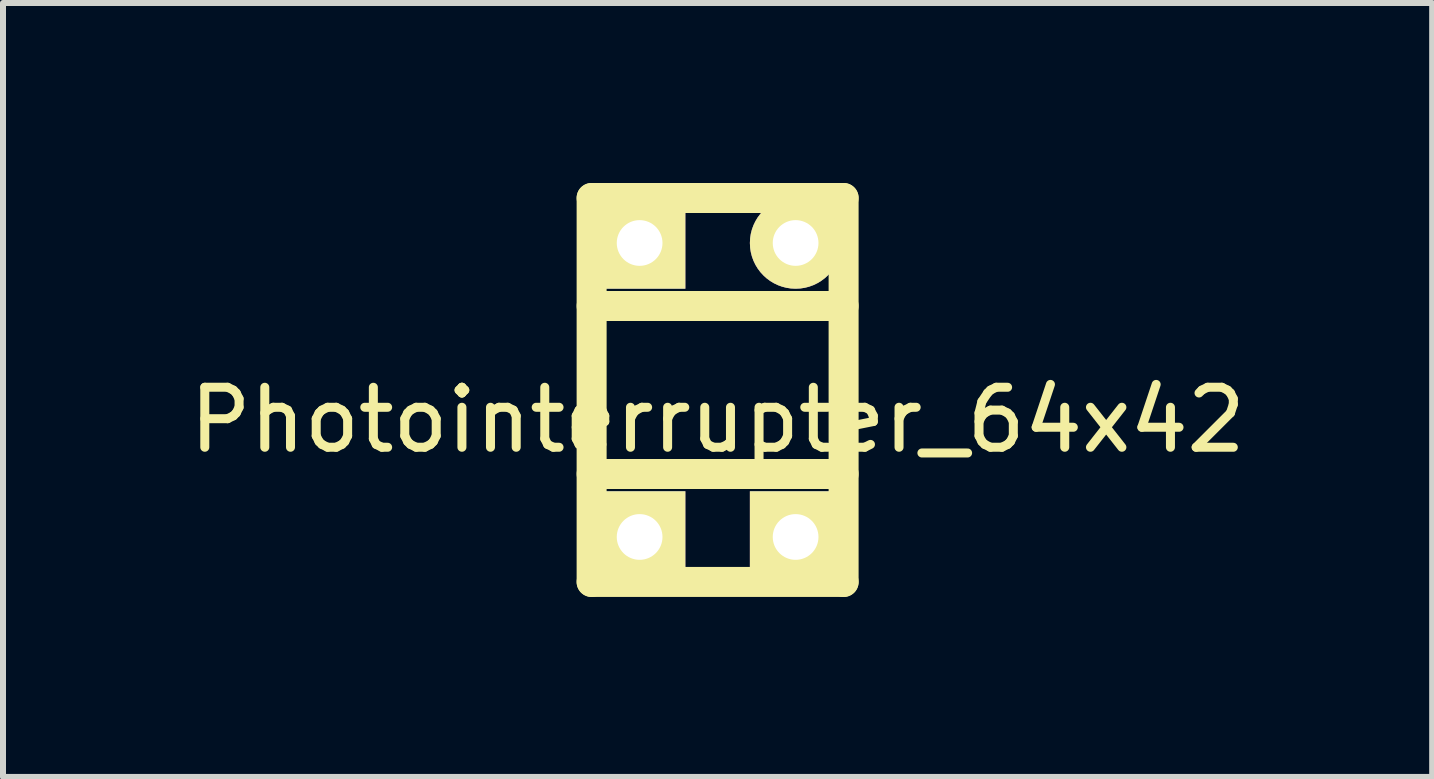
<source format=kicad_pcb>
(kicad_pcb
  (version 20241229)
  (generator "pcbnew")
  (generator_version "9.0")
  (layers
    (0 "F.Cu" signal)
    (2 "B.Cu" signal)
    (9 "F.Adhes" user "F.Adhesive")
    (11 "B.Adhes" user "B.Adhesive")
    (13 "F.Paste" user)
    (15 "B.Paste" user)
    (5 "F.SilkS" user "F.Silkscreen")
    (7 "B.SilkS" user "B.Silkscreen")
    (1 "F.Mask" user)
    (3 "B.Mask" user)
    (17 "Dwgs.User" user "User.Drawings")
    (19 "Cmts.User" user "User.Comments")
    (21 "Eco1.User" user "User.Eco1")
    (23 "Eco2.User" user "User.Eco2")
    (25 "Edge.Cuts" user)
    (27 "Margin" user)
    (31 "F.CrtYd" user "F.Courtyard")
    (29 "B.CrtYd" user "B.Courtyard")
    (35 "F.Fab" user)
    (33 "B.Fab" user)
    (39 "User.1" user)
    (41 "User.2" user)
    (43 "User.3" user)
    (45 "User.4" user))
  (footprint "Photointerrupter_64x42"
    (layer "F.Cu")
    (at 8.911 3.45)
    (property "Reference" "Photointerrupter_64x42" (at 0 0.5 0) (layer "F.SilkS") (effects (font (size 1 1) (thickness 0.15))))
    (attr through_hole)
    (fp_line (start -2.1 -3.2) (end -2.1 3.2) (stroke (width 0.5) (type solid)) (layer "F.SilkS"))
    (fp_line (start -2.1 -1.4) (end 2.1 -1.4) (stroke (width 0.5) (type solid)) (layer "F.SilkS"))
    (fp_line (start -2.1 1.4) (end 2.1 1.4) (stroke (width 0.5) (type solid)) (layer "F.SilkS"))
    (fp_line (start -2.1 3.2) (end 2.1 3.2) (stroke (width 0.5) (type solid)) (layer "F.SilkS"))
    (fp_line (start 2.1 -3.2) (end -2.1 -3.2) (stroke (width 0.5) (type solid)) (layer "F.SilkS"))
    (fp_line (start 2.1 3.2) (end 2.1 -3.2) (stroke (width 0.5) (type solid)) (layer "F.SilkS"))
    (pad "1" thru_hole circle (at 1.3 -2.45) (size 1.524 1.524) (drill 0.762) (layers "*.Cu" "*.Mask" "F.SilkS"))
    (pad "2" thru_hole rect (at -1.3 -2.45) (size 1.524 1.524) (drill 0.762) (layers "*.Cu" "*.Mask" "F.SilkS"))
    (pad "3" thru_hole rect (at -1.3 2.45) (size 1.524 1.524) (drill 0.762) (layers "*.Cu" "*.Mask" "F.SilkS"))
    (pad "4" thru_hole rect (at 1.3 2.45) (size 1.524 1.524) (drill 0.762) (layers "*.Cu" "*.Mask" "F.SilkS")))
  (gr_rect
    (start -3 -3)
    (end 20.821 9.9)
    (stroke (width 0.1) (type default))
    (fill no)
    (layer "Edge.Cuts")))
</source>
